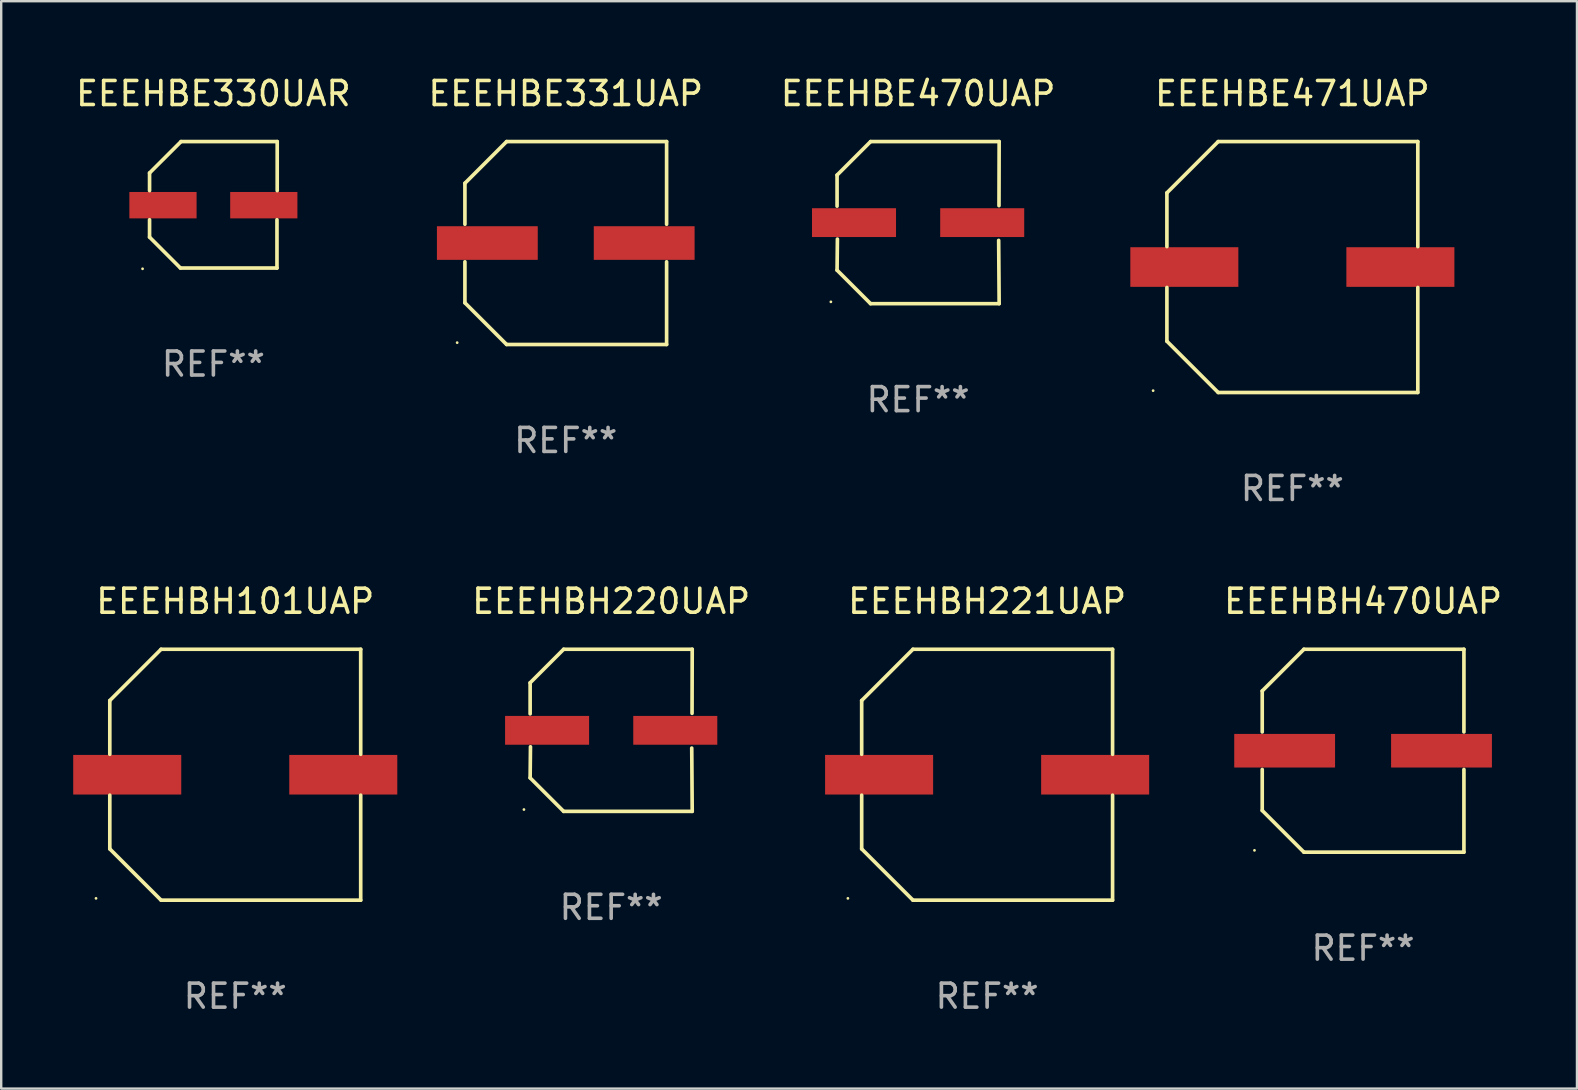
<source format=kicad_pcb>
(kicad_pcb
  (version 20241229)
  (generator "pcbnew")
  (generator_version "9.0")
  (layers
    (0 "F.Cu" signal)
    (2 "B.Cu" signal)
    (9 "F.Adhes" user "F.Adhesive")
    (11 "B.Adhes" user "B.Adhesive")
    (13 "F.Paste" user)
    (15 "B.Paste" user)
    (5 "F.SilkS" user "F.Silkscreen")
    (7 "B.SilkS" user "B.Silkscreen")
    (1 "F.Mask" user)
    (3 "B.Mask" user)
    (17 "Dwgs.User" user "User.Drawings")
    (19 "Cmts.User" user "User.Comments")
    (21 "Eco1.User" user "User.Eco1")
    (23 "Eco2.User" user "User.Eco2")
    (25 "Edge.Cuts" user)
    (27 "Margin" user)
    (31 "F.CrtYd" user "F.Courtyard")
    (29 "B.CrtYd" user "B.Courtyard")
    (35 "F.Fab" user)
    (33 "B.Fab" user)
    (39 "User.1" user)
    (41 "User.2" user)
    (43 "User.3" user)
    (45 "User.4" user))
  (footprint "EEEHBE331UAP"
    (layer "F.Cu")
    (at 20.518 7.074)
    (property "Reference" "EEEHBE331UAP" (at 0 -6.226 0) (layer "F.SilkS") (effects (font (size 1 1) (thickness 0.15))))
    (attr through_hole)
    (fp_line (start -4.201 -2.49) (end -4.201 -0.782) (stroke (width 0.152) (type solid)) (layer "F.SilkS"))
    (fp_line (start -4.201 2.49) (end -4.201 0.782) (stroke (width 0.152) (type solid)) (layer "F.SilkS"))
    (fp_line (start -2.465 -4.226) (end -4.201 -2.49) (stroke (width 0.152) (type solid)) (layer "F.SilkS"))
    (fp_line (start -2.465 4.226) (end -4.201 2.49) (stroke (width 0.152) (type solid)) (layer "F.SilkS"))
    (fp_line (start 4.201 -4.226) (end -2.465 -4.226) (stroke (width 0.152) (type solid)) (layer "F.SilkS"))
    (fp_line (start 4.201 -0.782) (end 4.201 -4.226) (stroke (width 0.152) (type solid)) (layer "F.SilkS"))
    (fp_line (start 4.201 0.782) (end 4.201 4.226) (stroke (width 0.152) (type solid)) (layer "F.SilkS"))
    (fp_line (start 4.201 4.226) (end -2.465 4.226) (stroke (width 0.152) (type solid)) (layer "F.SilkS"))
    (fp_circle (center -4.524 4.15) (end -4.494 4.15) (stroke (width 0.06) (type solid)) (fill no) (layer "F.SilkS"))
    (fp_text user "REF**" (at 0 8.226 0) (layer "F.Fab") (effects (font (size 1 1) (thickness 0.15))))
    (pad "1" smd rect (at -3.267 0) (size 4.2 1.4) (layers "F.Cu" "F.Mask" "F.Paste"))
    (pad "2" smd rect (at 3.267 0) (size 4.2 1.4) (layers "F.Cu" "F.Mask" "F.Paste")))
  (footprint "EEEHBH220UAP"
    (layer "F.Cu")
    (at 22.41 27.373)
    (property "Reference" "EEEHBH220UAP" (at 0 -5.376 0) (layer "F.SilkS") (effects (font (size 1 1) (thickness 0.15))))
    (attr through_hole)
    (fp_line (start -3.376 -1.98) (end -3.376 -0.686) (stroke (width 0.152) (type solid)) (layer "F.SilkS"))
    (fp_line (start -3.376 1.981) (end -3.362 0.686) (stroke (width 0.152) (type solid)) (layer "F.SilkS"))
    (fp_line (start -1.981 3.376) (end -3.376 1.981) (stroke (width 0.152) (type solid)) (layer "F.SilkS"))
    (fp_line (start -1.98 -3.376) (end -3.376 -1.98) (stroke (width 0.152) (type solid)) (layer "F.SilkS"))
    (fp_line (start 3.356 0.74) (end 3.376 3.376) (stroke (width 0.152) (type solid)) (layer "F.SilkS"))
    (fp_line (start 3.369 -0.707) (end 3.376 -3.376) (stroke (width 0.152) (type solid)) (layer "F.SilkS"))
    (fp_line (start 3.376 3.376) (end -1.981 3.376) (stroke (width 0.152) (type solid)) (layer "F.SilkS"))
    (fp_line (start 3.376 -3.376) (end -1.98 -3.376) (stroke (width 0.152) (type solid)) (layer "F.SilkS"))
    (fp_circle (center -3.634 3.3) (end -3.604 3.3) (stroke (width 0.06) (type solid)) (fill no) (layer "F.SilkS"))
    (fp_text user "REF**" (at 0 7.376 0) (layer "F.Fab") (effects (font (size 1 1) (thickness 0.15))))
    (pad "1" smd rect (at -2.67 0.000254) (size 3.5 1.2) (layers "F.Cu" "F.Mask" "F.Paste"))
    (pad "2" smd rect (at 2.67 0.000254) (size 3.5 1.2) (layers "F.Cu" "F.Mask" "F.Paste")))
  (footprint "EEEHBE471UAP"
    (layer "F.Cu")
    (at 50.786 8.074)
    (property "Reference" "EEEHBE471UAP" (at 0 -7.226 0) (layer "F.SilkS") (effects (font (size 1 1) (thickness 0.15))))
    (attr through_hole)
    (fp_line (start -5.226 -3.09) (end -5.226 -0.852) (stroke (width 0.152) (type solid)) (layer "F.SilkS"))
    (fp_line (start -5.226 3.09) (end -5.226 0.852) (stroke (width 0.152) (type solid)) (layer "F.SilkS"))
    (fp_line (start -3.09 -5.226) (end -5.226 -3.09) (stroke (width 0.152) (type solid)) (layer "F.SilkS"))
    (fp_line (start -3.09 5.226) (end -5.226 3.09) (stroke (width 0.152) (type solid)) (layer "F.SilkS"))
    (fp_line (start 5.226 -5.226) (end -3.09 -5.226) (stroke (width 0.152) (type solid)) (layer "F.SilkS"))
    (fp_line (start 5.226 -0.852) (end 5.226 -5.226) (stroke (width 0.152) (type solid)) (layer "F.SilkS"))
    (fp_line (start 5.226 0.852) (end 5.226 5.226) (stroke (width 0.152) (type solid)) (layer "F.SilkS"))
    (fp_line (start 5.226 5.226) (end -3.09 5.226) (stroke (width 0.152) (type solid)) (layer "F.SilkS"))
    (fp_circle (center -5.8 5.15) (end -5.77 5.15) (stroke (width 0.06) (type solid)) (fill no) (layer "F.SilkS"))
    (fp_text user "REF**" (at 0 9.226 0) (layer "F.Fab") (effects (font (size 1 1) (thickness 0.15))))
    (pad "1" smd rect (at -4.5 0) (size 4.5 1.65) (layers "F.Cu" "F.Mask" "F.Paste"))
    (pad "2" smd rect (at 4.5 0) (size 4.5 1.65) (layers "F.Cu" "F.Mask" "F.Paste")))
  (footprint "EEEHBE470UAP"
    (layer "F.Cu")
    (at 35.196 6.224)
    (property "Reference" "EEEHBE470UAP" (at 0 -5.376 0) (layer "F.SilkS") (effects (font (size 1 1) (thickness 0.15))))
    (attr through_hole)
    (fp_line (start -3.376 -1.98) (end -3.376 -0.686) (stroke (width 0.152) (type solid)) (layer "F.SilkS"))
    (fp_line (start -3.376 1.981) (end -3.362 0.686) (stroke (width 0.152) (type solid)) (layer "F.SilkS"))
    (fp_line (start -1.981 3.376) (end -3.376 1.981) (stroke (width 0.152) (type solid)) (layer "F.SilkS"))
    (fp_line (start -1.98 -3.376) (end -3.376 -1.98) (stroke (width 0.152) (type solid)) (layer "F.SilkS"))
    (fp_line (start 3.356 0.74) (end 3.376 3.376) (stroke (width 0.152) (type solid)) (layer "F.SilkS"))
    (fp_line (start 3.369 -0.707) (end 3.376 -3.376) (stroke (width 0.152) (type solid)) (layer "F.SilkS"))
    (fp_line (start 3.376 3.376) (end -1.981 3.376) (stroke (width 0.152) (type solid)) (layer "F.SilkS"))
    (fp_line (start 3.376 -3.376) (end -1.98 -3.376) (stroke (width 0.152) (type solid)) (layer "F.SilkS"))
    (fp_circle (center -3.634 3.3) (end -3.604 3.3) (stroke (width 0.06) (type solid)) (fill no) (layer "F.SilkS"))
    (fp_text user "REF**" (at 0 7.376 0) (layer "F.Fab") (effects (font (size 1 1) (thickness 0.15))))
    (pad "1" smd rect (at -2.67 0.000254) (size 3.5 1.2) (layers "F.Cu" "F.Mask" "F.Paste"))
    (pad "2" smd rect (at 2.67 0.000254) (size 3.5 1.2) (layers "F.Cu" "F.Mask" "F.Paste")))
  (footprint "EEEHBH470UAP"
    (layer "F.Cu")
    (at 53.732 28.223)
    (property "Reference" "EEEHBH470UAP" (at 0 -6.226 0) (layer "F.SilkS") (effects (font (size 1 1) (thickness 0.15))))
    (attr through_hole)
    (fp_line (start -4.201 -2.49) (end -4.201 -0.782) (stroke (width 0.152) (type solid)) (layer "F.SilkS"))
    (fp_line (start -4.201 2.49) (end -4.201 0.782) (stroke (width 0.152) (type solid)) (layer "F.SilkS"))
    (fp_line (start -2.465 -4.226) (end -4.201 -2.49) (stroke (width 0.152) (type solid)) (layer "F.SilkS"))
    (fp_line (start -2.465 4.226) (end -4.201 2.49) (stroke (width 0.152) (type solid)) (layer "F.SilkS"))
    (fp_line (start 4.201 -4.226) (end -2.465 -4.226) (stroke (width 0.152) (type solid)) (layer "F.SilkS"))
    (fp_line (start 4.201 -0.782) (end 4.201 -4.226) (stroke (width 0.152) (type solid)) (layer "F.SilkS"))
    (fp_line (start 4.201 0.782) (end 4.201 4.226) (stroke (width 0.152) (type solid)) (layer "F.SilkS"))
    (fp_line (start 4.201 4.226) (end -2.465 4.226) (stroke (width 0.152) (type solid)) (layer "F.SilkS"))
    (fp_circle (center -4.524 4.15) (end -4.494 4.15) (stroke (width 0.06) (type solid)) (fill no) (layer "F.SilkS"))
    (fp_text user "REF**" (at 0 8.226 0) (layer "F.Fab") (effects (font (size 1 1) (thickness 0.15))))
    (pad "1" smd rect (at -3.267 0) (size 4.2 1.4) (layers "F.Cu" "F.Mask" "F.Paste"))
    (pad "2" smd rect (at 3.267 0) (size 4.2 1.4) (layers "F.Cu" "F.Mask" "F.Paste")))
  (footprint "EEEHBH101UAP"
    (layer "F.Cu")
    (at 6.75 29.223)
    (property "Reference" "EEEHBH101UAP" (at 0 -7.226 0) (layer "F.SilkS") (effects (font (size 1 1) (thickness 0.15))))
    (attr through_hole)
    (fp_line (start -5.226 -3.09) (end -5.226 -0.852) (stroke (width 0.152) (type solid)) (layer "F.SilkS"))
    (fp_line (start -5.226 3.09) (end -5.226 0.852) (stroke (width 0.152) (type solid)) (layer "F.SilkS"))
    (fp_line (start -3.09 -5.226) (end -5.226 -3.09) (stroke (width 0.152) (type solid)) (layer "F.SilkS"))
    (fp_line (start -3.09 5.226) (end -5.226 3.09) (stroke (width 0.152) (type solid)) (layer "F.SilkS"))
    (fp_line (start 5.226 -5.226) (end -3.09 -5.226) (stroke (width 0.152) (type solid)) (layer "F.SilkS"))
    (fp_line (start 5.226 -0.852) (end 5.226 -5.226) (stroke (width 0.152) (type solid)) (layer "F.SilkS"))
    (fp_line (start 5.226 0.852) (end 5.226 5.226) (stroke (width 0.152) (type solid)) (layer "F.SilkS"))
    (fp_line (start 5.226 5.226) (end -3.09 5.226) (stroke (width 0.152) (type solid)) (layer "F.SilkS"))
    (fp_circle (center -5.8 5.15) (end -5.77 5.15) (stroke (width 0.06) (type solid)) (fill no) (layer "F.SilkS"))
    (fp_text user "REF**" (at 0 9.226 0) (layer "F.Fab") (effects (font (size 1 1) (thickness 0.15))))
    (pad "1" smd rect (at -4.5 0) (size 4.5 1.65) (layers "F.Cu" "F.Mask" "F.Paste"))
    (pad "2" smd rect (at 4.5 0) (size 4.5 1.65) (layers "F.Cu" "F.Mask" "F.Paste")))
  (footprint "EEEHBH221UAP"
    (layer "F.Cu")
    (at 38.071 29.223)
    (property "Reference" "EEEHBH221UAP" (at 0 -7.226 0) (layer "F.SilkS") (effects (font (size 1 1) (thickness 0.15))))
    (attr through_hole)
    (fp_line (start -5.226 -3.09) (end -5.226 -0.852) (stroke (width 0.152) (type solid)) (layer "F.SilkS"))
    (fp_line (start -5.226 3.09) (end -5.226 0.852) (stroke (width 0.152) (type solid)) (layer "F.SilkS"))
    (fp_line (start -3.09 -5.226) (end -5.226 -3.09) (stroke (width 0.152) (type solid)) (layer "F.SilkS"))
    (fp_line (start -3.09 5.226) (end -5.226 3.09) (stroke (width 0.152) (type solid)) (layer "F.SilkS"))
    (fp_line (start 5.226 -5.226) (end -3.09 -5.226) (stroke (width 0.152) (type solid)) (layer "F.SilkS"))
    (fp_line (start 5.226 -0.852) (end 5.226 -5.226) (stroke (width 0.152) (type solid)) (layer "F.SilkS"))
    (fp_line (start 5.226 0.852) (end 5.226 5.226) (stroke (width 0.152) (type solid)) (layer "F.SilkS"))
    (fp_line (start 5.226 5.226) (end -3.09 5.226) (stroke (width 0.152) (type solid)) (layer "F.SilkS"))
    (fp_circle (center -5.8 5.15) (end -5.77 5.15) (stroke (width 0.06) (type solid)) (fill no) (layer "F.SilkS"))
    (fp_text user "REF**" (at 0 9.226 0) (layer "F.Fab") (effects (font (size 1 1) (thickness 0.15))))
    (pad "1" smd rect (at -4.5 0) (size 4.5 1.65) (layers "F.Cu" "F.Mask" "F.Paste"))
    (pad "2" smd rect (at 4.5 0) (size 4.5 1.65) (layers "F.Cu" "F.Mask" "F.Paste")))
  (footprint "EEEHBE330UAR"
    (layer "F.Cu")
    (at 5.839 5.482)
    (property "Reference" "EEEHBE330UAR" (at 0 -4.634 0) (layer "F.SilkS") (effects (font (size 1 1) (thickness 0.15))))
    (attr through_hole)
    (fp_line (start -2.659 -1.326) (end -2.659 -0.592) (stroke (width 0.152) (type solid)) (layer "F.SilkS"))
    (fp_line (start -2.659 1.346) (end -2.659 0.622) (stroke (width 0.152) (type solid)) (layer "F.SilkS"))
    (fp_line (start -1.372 2.634) (end -2.659 1.346) (stroke (width 0.152) (type solid)) (layer "F.SilkS"))
    (fp_line (start -1.349 -2.634) (end -2.659 -1.326) (stroke (width 0.152) (type solid)) (layer "F.SilkS"))
    (fp_line (start 2.649 0.622) (end 2.649 2.634) (stroke (width 0.152) (type solid)) (layer "F.SilkS"))
    (fp_line (start 2.649 2.634) (end -1.372 2.634) (stroke (width 0.152) (type solid)) (layer "F.SilkS"))
    (fp_line (start 2.659 -2.634) (end -1.349 -2.634) (stroke (width 0.152) (type solid)) (layer "F.SilkS"))
    (fp_line (start 2.659 -0.592) (end 2.659 -2.634) (stroke (width 0.152) (type solid)) (layer "F.SilkS"))
    (fp_circle (center -2.95 2.665) (end -2.92 2.665) (stroke (width 0.06) (type solid)) (fill no) (layer "F.SilkS"))
    (fp_text user "REF**" (at 0 6.634 0) (layer "F.Fab") (effects (font (size 1 1) (thickness 0.15))))
    (pad "1" smd rect (at -2.1 0.015) (size 2.8 1.1) (layers "F.Cu" "F.Mask" "F.Paste"))
    (pad "2" smd rect (at 2.1 0.015) (size 2.8 1.1) (layers "F.Cu" "F.Mask" "F.Paste")))
  (gr_rect
    (start -3 -3)
    (end 62.642 42.298)
    (stroke (width 0.1) (type default))
    (fill no)
    (layer "Edge.Cuts")))
</source>
